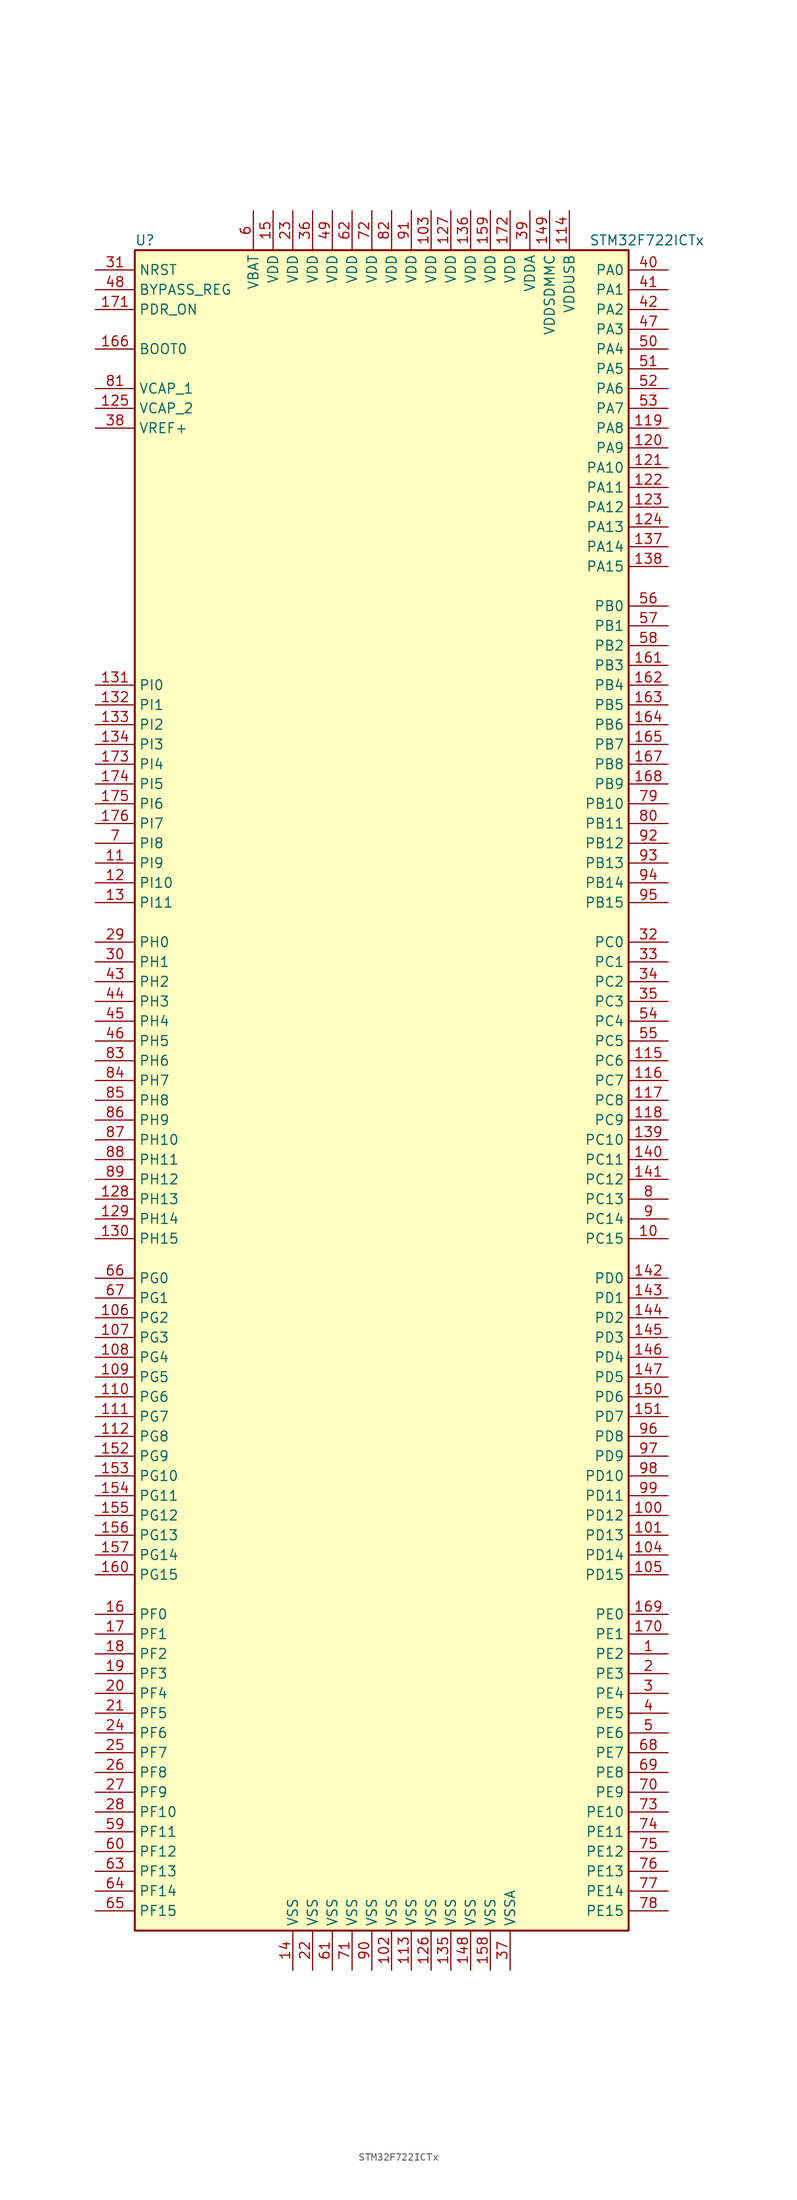
<source format=kicad_sym>
(kicad_symbol_lib
  (version 20201005)
  (generator kicad_symbol_editor)
  (symbol "STM32F722ICTx"
    (property "Reference" "U"
      (at -33.02 107.95 0)
      (effects (font (size 1.27 1.27)) (justify left)))
    (property "Value" "STM32F722ICTx"
      (at 25.4 107.95 0)
      (effects (font (size 1.27 1.27)) (justify left)))
    (symbol "STM32F722ICTx_0_1"
      (rectangle (start -33.02 -109.22) (end 30.48 106.68) (stroke (width 0.254)) (fill (type background))))
    (symbol "STM32F722ICTx_1_1"
      (pin bidirectional line (at 35.56 -73.66 180) (length 5.08) (name "PE2" (effects (font (size 1.27 1.27)))) (number "1" (effects (font (size 1.27 1.27)))))
      (pin bidirectional line (at 35.56 -20.32 180) (length 5.08) (name "PC15" (effects (font (size 1.27 1.27)))) (number "10" (effects (font (size 1.27 1.27)))))
      (pin bidirectional line (at 35.56 -55.88 180) (length 5.08) (name "PD12" (effects (font (size 1.27 1.27)))) (number "100" (effects (font (size 1.27 1.27)))))
      (pin bidirectional line (at 35.56 -58.42 180) (length 5.08) (name "PD13" (effects (font (size 1.27 1.27)))) (number "101" (effects (font (size 1.27 1.27)))))
      (pin power_in line (at 0 -114.3 90) (length 5.08) (name "VSS" (effects (font (size 1.27 1.27)))) (number "102" (effects (font (size 1.27 1.27)))))
      (pin power_in line (at 5.08 111.76 270) (length 5.08) (name "VDD" (effects (font (size 1.27 1.27)))) (number "103" (effects (font (size 1.27 1.27)))))
      (pin bidirectional line (at 35.56 -60.96 180) (length 5.08) (name "PD14" (effects (font (size 1.27 1.27)))) (number "104" (effects (font (size 1.27 1.27)))))
      (pin bidirectional line (at 35.56 -63.5 180) (length 5.08) (name "PD15" (effects (font (size 1.27 1.27)))) (number "105" (effects (font (size 1.27 1.27)))))
      (pin bidirectional line (at -38.1 -30.48 0) (length 5.08) (name "PG2" (effects (font (size 1.27 1.27)))) (number "106" (effects (font (size 1.27 1.27)))))
      (pin bidirectional line (at -38.1 -33.02 0) (length 5.08) (name "PG3" (effects (font (size 1.27 1.27)))) (number "107" (effects (font (size 1.27 1.27)))))
      (pin bidirectional line (at -38.1 -35.56 0) (length 5.08) (name "PG4" (effects (font (size 1.27 1.27)))) (number "108" (effects (font (size 1.27 1.27)))))
      (pin bidirectional line (at -38.1 -38.1 0) (length 5.08) (name "PG5" (effects (font (size 1.27 1.27)))) (number "109" (effects (font (size 1.27 1.27)))))
      (pin bidirectional line (at -38.1 27.94 0) (length 5.08) (name "PI9" (effects (font (size 1.27 1.27)))) (number "11" (effects (font (size 1.27 1.27)))))
      (pin bidirectional line (at -38.1 -40.64 0) (length 5.08) (name "PG6" (effects (font (size 1.27 1.27)))) (number "110" (effects (font (size 1.27 1.27)))))
      (pin bidirectional line (at -38.1 -43.18 0) (length 5.08) (name "PG7" (effects (font (size 1.27 1.27)))) (number "111" (effects (font (size 1.27 1.27)))))
      (pin bidirectional line (at -38.1 -45.72 0) (length 5.08) (name "PG8" (effects (font (size 1.27 1.27)))) (number "112" (effects (font (size 1.27 1.27)))))
      (pin power_in line (at 2.54 -114.3 90) (length 5.08) (name "VSS" (effects (font (size 1.27 1.27)))) (number "113" (effects (font (size 1.27 1.27)))))
      (pin power_in line (at 22.86 111.76 270) (length 5.08) (name "VDDUSB" (effects (font (size 1.27 1.27)))) (number "114" (effects (font (size 1.27 1.27)))))
      (pin bidirectional line (at 35.56 2.54 180) (length 5.08) (name "PC6" (effects (font (size 1.27 1.27)))) (number "115" (effects (font (size 1.27 1.27)))))
      (pin bidirectional line (at 35.56 0 180) (length 5.08) (name "PC7" (effects (font (size 1.27 1.27)))) (number "116" (effects (font (size 1.27 1.27)))))
      (pin bidirectional line (at 35.56 -2.54 180) (length 5.08) (name "PC8" (effects (font (size 1.27 1.27)))) (number "117" (effects (font (size 1.27 1.27)))))
      (pin bidirectional line (at 35.56 -5.08 180) (length 5.08) (name "PC9" (effects (font (size 1.27 1.27)))) (number "118" (effects (font (size 1.27 1.27)))))
      (pin bidirectional line (at 35.56 83.82 180) (length 5.08) (name "PA8" (effects (font (size 1.27 1.27)))) (number "119" (effects (font (size 1.27 1.27)))))
      (pin bidirectional line (at -38.1 25.4 0) (length 5.08) (name "PI10" (effects (font (size 1.27 1.27)))) (number "12" (effects (font (size 1.27 1.27)))))
      (pin bidirectional line (at 35.56 81.28 180) (length 5.08) (name "PA9" (effects (font (size 1.27 1.27)))) (number "120" (effects (font (size 1.27 1.27)))))
      (pin bidirectional line (at 35.56 78.74 180) (length 5.08) (name "PA10" (effects (font (size 1.27 1.27)))) (number "121" (effects (font (size 1.27 1.27)))))
      (pin bidirectional line (at 35.56 76.2 180) (length 5.08) (name "PA11" (effects (font (size 1.27 1.27)))) (number "122" (effects (font (size 1.27 1.27)))))
      (pin bidirectional line (at 35.56 73.66 180) (length 5.08) (name "PA12" (effects (font (size 1.27 1.27)))) (number "123" (effects (font (size 1.27 1.27)))))
      (pin bidirectional line (at 35.56 71.12 180) (length 5.08) (name "PA13" (effects (font (size 1.27 1.27)))) (number "124" (effects (font (size 1.27 1.27)))))
      (pin power_in line (at -38.1 86.36 0) (length 5.08) (name "VCAP_2" (effects (font (size 1.27 1.27)))) (number "125" (effects (font (size 1.27 1.27)))))
      (pin power_in line (at 5.08 -114.3 90) (length 5.08) (name "VSS" (effects (font (size 1.27 1.27)))) (number "126" (effects (font (size 1.27 1.27)))))
      (pin power_in line (at 7.62 111.76 270) (length 5.08) (name "VDD" (effects (font (size 1.27 1.27)))) (number "127" (effects (font (size 1.27 1.27)))))
      (pin bidirectional line (at -38.1 -15.24 0) (length 5.08) (name "PH13" (effects (font (size 1.27 1.27)))) (number "128" (effects (font (size 1.27 1.27)))))
      (pin bidirectional line (at -38.1 -17.78 0) (length 5.08) (name "PH14" (effects (font (size 1.27 1.27)))) (number "129" (effects (font (size 1.27 1.27)))))
      (pin bidirectional line (at -38.1 22.86 0) (length 5.08) (name "PI11" (effects (font (size 1.27 1.27)))) (number "13" (effects (font (size 1.27 1.27)))))
      (pin bidirectional line (at -38.1 -20.32 0) (length 5.08) (name "PH15" (effects (font (size 1.27 1.27)))) (number "130" (effects (font (size 1.27 1.27)))))
      (pin bidirectional line (at -38.1 50.8 0) (length 5.08) (name "PI0" (effects (font (size 1.27 1.27)))) (number "131" (effects (font (size 1.27 1.27)))))
      (pin bidirectional line (at -38.1 48.26 0) (length 5.08) (name "PI1" (effects (font (size 1.27 1.27)))) (number "132" (effects (font (size 1.27 1.27)))))
      (pin bidirectional line (at -38.1 45.72 0) (length 5.08) (name "PI2" (effects (font (size 1.27 1.27)))) (number "133" (effects (font (size 1.27 1.27)))))
      (pin bidirectional line (at -38.1 43.18 0) (length 5.08) (name "PI3" (effects (font (size 1.27 1.27)))) (number "134" (effects (font (size 1.27 1.27)))))
      (pin power_in line (at 7.62 -114.3 90) (length 5.08) (name "VSS" (effects (font (size 1.27 1.27)))) (number "135" (effects (font (size 1.27 1.27)))))
      (pin power_in line (at 10.16 111.76 270) (length 5.08) (name "VDD" (effects (font (size 1.27 1.27)))) (number "136" (effects (font (size 1.27 1.27)))))
      (pin bidirectional line (at 35.56 68.58 180) (length 5.08) (name "PA14" (effects (font (size 1.27 1.27)))) (number "137" (effects (font (size 1.27 1.27)))))
      (pin bidirectional line (at 35.56 66.04 180) (length 5.08) (name "PA15" (effects (font (size 1.27 1.27)))) (number "138" (effects (font (size 1.27 1.27)))))
      (pin bidirectional line (at 35.56 -7.62 180) (length 5.08) (name "PC10" (effects (font (size 1.27 1.27)))) (number "139" (effects (font (size 1.27 1.27)))))
      (pin power_in line (at -12.7 -114.3 90) (length 5.08) (name "VSS" (effects (font (size 1.27 1.27)))) (number "14" (effects (font (size 1.27 1.27)))))
      (pin bidirectional line (at 35.56 -10.16 180) (length 5.08) (name "PC11" (effects (font (size 1.27 1.27)))) (number "140" (effects (font (size 1.27 1.27)))))
      (pin bidirectional line (at 35.56 -12.7 180) (length 5.08) (name "PC12" (effects (font (size 1.27 1.27)))) (number "141" (effects (font (size 1.27 1.27)))))
      (pin bidirectional line (at 35.56 -25.4 180) (length 5.08) (name "PD0" (effects (font (size 1.27 1.27)))) (number "142" (effects (font (size 1.27 1.27)))))
      (pin bidirectional line (at 35.56 -27.94 180) (length 5.08) (name "PD1" (effects (font (size 1.27 1.27)))) (number "143" (effects (font (size 1.27 1.27)))))
      (pin bidirectional line (at 35.56 -30.48 180) (length 5.08) (name "PD2" (effects (font (size 1.27 1.27)))) (number "144" (effects (font (size 1.27 1.27)))))
      (pin bidirectional line (at 35.56 -33.02 180) (length 5.08) (name "PD3" (effects (font (size 1.27 1.27)))) (number "145" (effects (font (size 1.27 1.27)))))
      (pin bidirectional line (at 35.56 -35.56 180) (length 5.08) (name "PD4" (effects (font (size 1.27 1.27)))) (number "146" (effects (font (size 1.27 1.27)))))
      (pin bidirectional line (at 35.56 -38.1 180) (length 5.08) (name "PD5" (effects (font (size 1.27 1.27)))) (number "147" (effects (font (size 1.27 1.27)))))
      (pin power_in line (at 10.16 -114.3 90) (length 5.08) (name "VSS" (effects (font (size 1.27 1.27)))) (number "148" (effects (font (size 1.27 1.27)))))
      (pin power_in line (at 20.32 111.76 270) (length 5.08) (name "VDDSDMMC" (effects (font (size 1.27 1.27)))) (number "149" (effects (font (size 1.27 1.27)))))
      (pin power_in line (at -15.24 111.76 270) (length 5.08) (name "VDD" (effects (font (size 1.27 1.27)))) (number "15" (effects (font (size 1.27 1.27)))))
      (pin bidirectional line (at 35.56 -40.64 180) (length 5.08) (name "PD6" (effects (font (size 1.27 1.27)))) (number "150" (effects (font (size 1.27 1.27)))))
      (pin bidirectional line (at 35.56 -43.18 180) (length 5.08) (name "PD7" (effects (font (size 1.27 1.27)))) (number "151" (effects (font (size 1.27 1.27)))))
      (pin bidirectional line (at -38.1 -48.26 0) (length 5.08) (name "PG9" (effects (font (size 1.27 1.27)))) (number "152" (effects (font (size 1.27 1.27)))))
      (pin bidirectional line (at -38.1 -50.8 0) (length 5.08) (name "PG10" (effects (font (size 1.27 1.27)))) (number "153" (effects (font (size 1.27 1.27)))))
      (pin bidirectional line (at -38.1 -53.34 0) (length 5.08) (name "PG11" (effects (font (size 1.27 1.27)))) (number "154" (effects (font (size 1.27 1.27)))))
      (pin bidirectional line (at -38.1 -55.88 0) (length 5.08) (name "PG12" (effects (font (size 1.27 1.27)))) (number "155" (effects (font (size 1.27 1.27)))))
      (pin bidirectional line (at -38.1 -58.42 0) (length 5.08) (name "PG13" (effects (font (size 1.27 1.27)))) (number "156" (effects (font (size 1.27 1.27)))))
      (pin bidirectional line (at -38.1 -60.96 0) (length 5.08) (name "PG14" (effects (font (size 1.27 1.27)))) (number "157" (effects (font (size 1.27 1.27)))))
      (pin power_in line (at 12.7 -114.3 90) (length 5.08) (name "VSS" (effects (font (size 1.27 1.27)))) (number "158" (effects (font (size 1.27 1.27)))))
      (pin power_in line (at 12.7 111.76 270) (length 5.08) (name "VDD" (effects (font (size 1.27 1.27)))) (number "159" (effects (font (size 1.27 1.27)))))
      (pin bidirectional line (at -38.1 -68.58 0) (length 5.08) (name "PF0" (effects (font (size 1.27 1.27)))) (number "16" (effects (font (size 1.27 1.27)))))
      (pin bidirectional line (at -38.1 -63.5 0) (length 5.08) (name "PG15" (effects (font (size 1.27 1.27)))) (number "160" (effects (font (size 1.27 1.27)))))
      (pin bidirectional line (at 35.56 53.34 180) (length 5.08) (name "PB3" (effects (font (size 1.27 1.27)))) (number "161" (effects (font (size 1.27 1.27)))))
      (pin bidirectional line (at 35.56 50.8 180) (length 5.08) (name "PB4" (effects (font (size 1.27 1.27)))) (number "162" (effects (font (size 1.27 1.27)))))
      (pin bidirectional line (at 35.56 48.26 180) (length 5.08) (name "PB5" (effects (font (size 1.27 1.27)))) (number "163" (effects (font (size 1.27 1.27)))))
      (pin bidirectional line (at 35.56 45.72 180) (length 5.08) (name "PB6" (effects (font (size 1.27 1.27)))) (number "164" (effects (font (size 1.27 1.27)))))
      (pin bidirectional line (at 35.56 43.18 180) (length 5.08) (name "PB7" (effects (font (size 1.27 1.27)))) (number "165" (effects (font (size 1.27 1.27)))))
      (pin input line (at -38.1 93.98 0) (length 5.08) (name "BOOT0" (effects (font (size 1.27 1.27)))) (number "166" (effects (font (size 1.27 1.27)))))
      (pin bidirectional line (at 35.56 40.64 180) (length 5.08) (name "PB8" (effects (font (size 1.27 1.27)))) (number "167" (effects (font (size 1.27 1.27)))))
      (pin bidirectional line (at 35.56 38.1 180) (length 5.08) (name "PB9" (effects (font (size 1.27 1.27)))) (number "168" (effects (font (size 1.27 1.27)))))
      (pin bidirectional line (at 35.56 -68.58 180) (length 5.08) (name "PE0" (effects (font (size 1.27 1.27)))) (number "169" (effects (font (size 1.27 1.27)))))
      (pin bidirectional line (at -38.1 -71.12 0) (length 5.08) (name "PF1" (effects (font (size 1.27 1.27)))) (number "17" (effects (font (size 1.27 1.27)))))
      (pin bidirectional line (at 35.56 -71.12 180) (length 5.08) (name "PE1" (effects (font (size 1.27 1.27)))) (number "170" (effects (font (size 1.27 1.27)))))
      (pin input line (at -38.1 99.06 0) (length 5.08) (name "PDR_ON" (effects (font (size 1.27 1.27)))) (number "171" (effects (font (size 1.27 1.27)))))
      (pin power_in line (at 15.24 111.76 270) (length 5.08) (name "VDD" (effects (font (size 1.27 1.27)))) (number "172" (effects (font (size 1.27 1.27)))))
      (pin bidirectional line (at -38.1 40.64 0) (length 5.08) (name "PI4" (effects (font (size 1.27 1.27)))) (number "173" (effects (font (size 1.27 1.27)))))
      (pin bidirectional line (at -38.1 38.1 0) (length 5.08) (name "PI5" (effects (font (size 1.27 1.27)))) (number "174" (effects (font (size 1.27 1.27)))))
      (pin bidirectional line (at -38.1 35.56 0) (length 5.08) (name "PI6" (effects (font (size 1.27 1.27)))) (number "175" (effects (font (size 1.27 1.27)))))
      (pin bidirectional line (at -38.1 33.02 0) (length 5.08) (name "PI7" (effects (font (size 1.27 1.27)))) (number "176" (effects (font (size 1.27 1.27)))))
      (pin bidirectional line (at -38.1 -73.66 0) (length 5.08) (name "PF2" (effects (font (size 1.27 1.27)))) (number "18" (effects (font (size 1.27 1.27)))))
      (pin bidirectional line (at -38.1 -76.2 0) (length 5.08) (name "PF3" (effects (font (size 1.27 1.27)))) (number "19" (effects (font (size 1.27 1.27)))))
      (pin bidirectional line (at 35.56 -76.2 180) (length 5.08) (name "PE3" (effects (font (size 1.27 1.27)))) (number "2" (effects (font (size 1.27 1.27)))))
      (pin bidirectional line (at -38.1 -78.74 0) (length 5.08) (name "PF4" (effects (font (size 1.27 1.27)))) (number "20" (effects (font (size 1.27 1.27)))))
      (pin bidirectional line (at -38.1 -81.28 0) (length 5.08) (name "PF5" (effects (font (size 1.27 1.27)))) (number "21" (effects (font (size 1.27 1.27)))))
      (pin power_in line (at -10.16 -114.3 90) (length 5.08) (name "VSS" (effects (font (size 1.27 1.27)))) (number "22" (effects (font (size 1.27 1.27)))))
      (pin power_in line (at -12.7 111.76 270) (length 5.08) (name "VDD" (effects (font (size 1.27 1.27)))) (number "23" (effects (font (size 1.27 1.27)))))
      (pin bidirectional line (at -38.1 -83.82 0) (length 5.08) (name "PF6" (effects (font (size 1.27 1.27)))) (number "24" (effects (font (size 1.27 1.27)))))
      (pin bidirectional line (at -38.1 -86.36 0) (length 5.08) (name "PF7" (effects (font (size 1.27 1.27)))) (number "25" (effects (font (size 1.27 1.27)))))
      (pin bidirectional line (at -38.1 -88.9 0) (length 5.08) (name "PF8" (effects (font (size 1.27 1.27)))) (number "26" (effects (font (size 1.27 1.27)))))
      (pin bidirectional line (at -38.1 -91.44 0) (length 5.08) (name "PF9" (effects (font (size 1.27 1.27)))) (number "27" (effects (font (size 1.27 1.27)))))
      (pin bidirectional line (at -38.1 -93.98 0) (length 5.08) (name "PF10" (effects (font (size 1.27 1.27)))) (number "28" (effects (font (size 1.27 1.27)))))
      (pin input line (at -38.1 17.78 0) (length 5.08) (name "PH0" (effects (font (size 1.27 1.27)))) (number "29" (effects (font (size 1.27 1.27)))))
      (pin bidirectional line (at 35.56 -78.74 180) (length 5.08) (name "PE4" (effects (font (size 1.27 1.27)))) (number "3" (effects (font (size 1.27 1.27)))))
      (pin input line (at -38.1 15.24 0) (length 5.08) (name "PH1" (effects (font (size 1.27 1.27)))) (number "30" (effects (font (size 1.27 1.27)))))
      (pin input line (at -38.1 104.14 0) (length 5.08) (name "NRST" (effects (font (size 1.27 1.27)))) (number "31" (effects (font (size 1.27 1.27)))))
      (pin bidirectional line (at 35.56 17.78 180) (length 5.08) (name "PC0" (effects (font (size 1.27 1.27)))) (number "32" (effects (font (size 1.27 1.27)))))
      (pin bidirectional line (at 35.56 15.24 180) (length 5.08) (name "PC1" (effects (font (size 1.27 1.27)))) (number "33" (effects (font (size 1.27 1.27)))))
      (pin bidirectional line (at 35.56 12.7 180) (length 5.08) (name "PC2" (effects (font (size 1.27 1.27)))) (number "34" (effects (font (size 1.27 1.27)))))
      (pin bidirectional line (at 35.56 10.16 180) (length 5.08) (name "PC3" (effects (font (size 1.27 1.27)))) (number "35" (effects (font (size 1.27 1.27)))))
      (pin power_in line (at -10.16 111.76 270) (length 5.08) (name "VDD" (effects (font (size 1.27 1.27)))) (number "36" (effects (font (size 1.27 1.27)))))
      (pin power_in line (at 15.24 -114.3 90) (length 5.08) (name "VSSA" (effects (font (size 1.27 1.27)))) (number "37" (effects (font (size 1.27 1.27)))))
      (pin power_in line (at -38.1 83.82 0) (length 5.08) (name "VREF+" (effects (font (size 1.27 1.27)))) (number "38" (effects (font (size 1.27 1.27)))))
      (pin power_in line (at 17.78 111.76 270) (length 5.08) (name "VDDA" (effects (font (size 1.27 1.27)))) (number "39" (effects (font (size 1.27 1.27)))))
      (pin bidirectional line (at 35.56 -81.28 180) (length 5.08) (name "PE5" (effects (font (size 1.27 1.27)))) (number "4" (effects (font (size 1.27 1.27)))))
      (pin bidirectional line (at 35.56 104.14 180) (length 5.08) (name "PA0" (effects (font (size 1.27 1.27)))) (number "40" (effects (font (size 1.27 1.27)))))
      (pin bidirectional line (at 35.56 101.6 180) (length 5.08) (name "PA1" (effects (font (size 1.27 1.27)))) (number "41" (effects (font (size 1.27 1.27)))))
      (pin bidirectional line (at 35.56 99.06 180) (length 5.08) (name "PA2" (effects (font (size 1.27 1.27)))) (number "42" (effects (font (size 1.27 1.27)))))
      (pin bidirectional line (at -38.1 12.7 0) (length 5.08) (name "PH2" (effects (font (size 1.27 1.27)))) (number "43" (effects (font (size 1.27 1.27)))))
      (pin bidirectional line (at -38.1 10.16 0) (length 5.08) (name "PH3" (effects (font (size 1.27 1.27)))) (number "44" (effects (font (size 1.27 1.27)))))
      (pin bidirectional line (at -38.1 7.62 0) (length 5.08) (name "PH4" (effects (font (size 1.27 1.27)))) (number "45" (effects (font (size 1.27 1.27)))))
      (pin bidirectional line (at -38.1 5.08 0) (length 5.08) (name "PH5" (effects (font (size 1.27 1.27)))) (number "46" (effects (font (size 1.27 1.27)))))
      (pin bidirectional line (at 35.56 96.52 180) (length 5.08) (name "PA3" (effects (font (size 1.27 1.27)))) (number "47" (effects (font (size 1.27 1.27)))))
      (pin input line (at -38.1 101.6 0) (length 5.08) (name "BYPASS_REG" (effects (font (size 1.27 1.27)))) (number "48" (effects (font (size 1.27 1.27)))))
      (pin power_in line (at -7.62 111.76 270) (length 5.08) (name "VDD" (effects (font (size 1.27 1.27)))) (number "49" (effects (font (size 1.27 1.27)))))
      (pin bidirectional line (at 35.56 -83.82 180) (length 5.08) (name "PE6" (effects (font (size 1.27 1.27)))) (number "5" (effects (font (size 1.27 1.27)))))
      (pin bidirectional line (at 35.56 93.98 180) (length 5.08) (name "PA4" (effects (font (size 1.27 1.27)))) (number "50" (effects (font (size 1.27 1.27)))))
      (pin bidirectional line (at 35.56 91.44 180) (length 5.08) (name "PA5" (effects (font (size 1.27 1.27)))) (number "51" (effects (font (size 1.27 1.27)))))
      (pin bidirectional line (at 35.56 88.9 180) (length 5.08) (name "PA6" (effects (font (size 1.27 1.27)))) (number "52" (effects (font (size 1.27 1.27)))))
      (pin bidirectional line (at 35.56 86.36 180) (length 5.08) (name "PA7" (effects (font (size 1.27 1.27)))) (number "53" (effects (font (size 1.27 1.27)))))
      (pin bidirectional line (at 35.56 7.62 180) (length 5.08) (name "PC4" (effects (font (size 1.27 1.27)))) (number "54" (effects (font (size 1.27 1.27)))))
      (pin bidirectional line (at 35.56 5.08 180) (length 5.08) (name "PC5" (effects (font (size 1.27 1.27)))) (number "55" (effects (font (size 1.27 1.27)))))
      (pin bidirectional line (at 35.56 60.96 180) (length 5.08) (name "PB0" (effects (font (size 1.27 1.27)))) (number "56" (effects (font (size 1.27 1.27)))))
      (pin bidirectional line (at 35.56 58.42 180) (length 5.08) (name "PB1" (effects (font (size 1.27 1.27)))) (number "57" (effects (font (size 1.27 1.27)))))
      (pin bidirectional line (at 35.56 55.88 180) (length 5.08) (name "PB2" (effects (font (size 1.27 1.27)))) (number "58" (effects (font (size 1.27 1.27)))))
      (pin bidirectional line (at -38.1 -96.52 0) (length 5.08) (name "PF11" (effects (font (size 1.27 1.27)))) (number "59" (effects (font (size 1.27 1.27)))))
      (pin power_in line (at -17.78 111.76 270) (length 5.08) (name "VBAT" (effects (font (size 1.27 1.27)))) (number "6" (effects (font (size 1.27 1.27)))))
      (pin bidirectional line (at -38.1 -99.06 0) (length 5.08) (name "PF12" (effects (font (size 1.27 1.27)))) (number "60" (effects (font (size 1.27 1.27)))))
      (pin power_in line (at -7.62 -114.3 90) (length 5.08) (name "VSS" (effects (font (size 1.27 1.27)))) (number "61" (effects (font (size 1.27 1.27)))))
      (pin power_in line (at -5.08 111.76 270) (length 5.08) (name "VDD" (effects (font (size 1.27 1.27)))) (number "62" (effects (font (size 1.27 1.27)))))
      (pin bidirectional line (at -38.1 -101.6 0) (length 5.08) (name "PF13" (effects (font (size 1.27 1.27)))) (number "63" (effects (font (size 1.27 1.27)))))
      (pin bidirectional line (at -38.1 -104.14 0) (length 5.08) (name "PF14" (effects (font (size 1.27 1.27)))) (number "64" (effects (font (size 1.27 1.27)))))
      (pin bidirectional line (at -38.1 -106.68 0) (length 5.08) (name "PF15" (effects (font (size 1.27 1.27)))) (number "65" (effects (font (size 1.27 1.27)))))
      (pin bidirectional line (at -38.1 -25.4 0) (length 5.08) (name "PG0" (effects (font (size 1.27 1.27)))) (number "66" (effects (font (size 1.27 1.27)))))
      (pin bidirectional line (at -38.1 -27.94 0) (length 5.08) (name "PG1" (effects (font (size 1.27 1.27)))) (number "67" (effects (font (size 1.27 1.27)))))
      (pin bidirectional line (at 35.56 -86.36 180) (length 5.08) (name "PE7" (effects (font (size 1.27 1.27)))) (number "68" (effects (font (size 1.27 1.27)))))
      (pin bidirectional line (at 35.56 -88.9 180) (length 5.08) (name "PE8" (effects (font (size 1.27 1.27)))) (number "69" (effects (font (size 1.27 1.27)))))
      (pin bidirectional line (at -38.1 30.48 0) (length 5.08) (name "PI8" (effects (font (size 1.27 1.27)))) (number "7" (effects (font (size 1.27 1.27)))))
      (pin bidirectional line (at 35.56 -91.44 180) (length 5.08) (name "PE9" (effects (font (size 1.27 1.27)))) (number "70" (effects (font (size 1.27 1.27)))))
      (pin power_in line (at -5.08 -114.3 90) (length 5.08) (name "VSS" (effects (font (size 1.27 1.27)))) (number "71" (effects (font (size 1.27 1.27)))))
      (pin power_in line (at -2.54 111.76 270) (length 5.08) (name "VDD" (effects (font (size 1.27 1.27)))) (number "72" (effects (font (size 1.27 1.27)))))
      (pin bidirectional line (at 35.56 -93.98 180) (length 5.08) (name "PE10" (effects (font (size 1.27 1.27)))) (number "73" (effects (font (size 1.27 1.27)))))
      (pin bidirectional line (at 35.56 -96.52 180) (length 5.08) (name "PE11" (effects (font (size 1.27 1.27)))) (number "74" (effects (font (size 1.27 1.27)))))
      (pin bidirectional line (at 35.56 -99.06 180) (length 5.08) (name "PE12" (effects (font (size 1.27 1.27)))) (number "75" (effects (font (size 1.27 1.27)))))
      (pin bidirectional line (at 35.56 -101.6 180) (length 5.08) (name "PE13" (effects (font (size 1.27 1.27)))) (number "76" (effects (font (size 1.27 1.27)))))
      (pin bidirectional line (at 35.56 -104.14 180) (length 5.08) (name "PE14" (effects (font (size 1.27 1.27)))) (number "77" (effects (font (size 1.27 1.27)))))
      (pin bidirectional line (at 35.56 -106.68 180) (length 5.08) (name "PE15" (effects (font (size 1.27 1.27)))) (number "78" (effects (font (size 1.27 1.27)))))
      (pin bidirectional line (at 35.56 35.56 180) (length 5.08) (name "PB10" (effects (font (size 1.27 1.27)))) (number "79" (effects (font (size 1.27 1.27)))))
      (pin bidirectional line (at 35.56 -15.24 180) (length 5.08) (name "PC13" (effects (font (size 1.27 1.27)))) (number "8" (effects (font (size 1.27 1.27)))))
      (pin bidirectional line (at 35.56 33.02 180) (length 5.08) (name "PB11" (effects (font (size 1.27 1.27)))) (number "80" (effects (font (size 1.27 1.27)))))
      (pin power_in line (at -38.1 88.9 0) (length 5.08) (name "VCAP_1" (effects (font (size 1.27 1.27)))) (number "81" (effects (font (size 1.27 1.27)))))
      (pin power_in line (at 0 111.76 270) (length 5.08) (name "VDD" (effects (font (size 1.27 1.27)))) (number "82" (effects (font (size 1.27 1.27)))))
      (pin bidirectional line (at -38.1 2.54 0) (length 5.08) (name "PH6" (effects (font (size 1.27 1.27)))) (number "83" (effects (font (size 1.27 1.27)))))
      (pin bidirectional line (at -38.1 0 0) (length 5.08) (name "PH7" (effects (font (size 1.27 1.27)))) (number "84" (effects (font (size 1.27 1.27)))))
      (pin bidirectional line (at -38.1 -2.54 0) (length 5.08) (name "PH8" (effects (font (size 1.27 1.27)))) (number "85" (effects (font (size 1.27 1.27)))))
      (pin bidirectional line (at -38.1 -5.08 0) (length 5.08) (name "PH9" (effects (font (size 1.27 1.27)))) (number "86" (effects (font (size 1.27 1.27)))))
      (pin bidirectional line (at -38.1 -7.62 0) (length 5.08) (name "PH10" (effects (font (size 1.27 1.27)))) (number "87" (effects (font (size 1.27 1.27)))))
      (pin bidirectional line (at -38.1 -10.16 0) (length 5.08) (name "PH11" (effects (font (size 1.27 1.27)))) (number "88" (effects (font (size 1.27 1.27)))))
      (pin bidirectional line (at -38.1 -12.7 0) (length 5.08) (name "PH12" (effects (font (size 1.27 1.27)))) (number "89" (effects (font (size 1.27 1.27)))))
      (pin bidirectional line (at 35.56 -17.78 180) (length 5.08) (name "PC14" (effects (font (size 1.27 1.27)))) (number "9" (effects (font (size 1.27 1.27)))))
      (pin power_in line (at -2.54 -114.3 90) (length 5.08) (name "VSS" (effects (font (size 1.27 1.27)))) (number "90" (effects (font (size 1.27 1.27)))))
      (pin power_in line (at 2.54 111.76 270) (length 5.08) (name "VDD" (effects (font (size 1.27 1.27)))) (number "91" (effects (font (size 1.27 1.27)))))
      (pin bidirectional line (at 35.56 30.48 180) (length 5.08) (name "PB12" (effects (font (size 1.27 1.27)))) (number "92" (effects (font (size 1.27 1.27)))))
      (pin bidirectional line (at 35.56 27.94 180) (length 5.08) (name "PB13" (effects (font (size 1.27 1.27)))) (number "93" (effects (font (size 1.27 1.27)))))
      (pin bidirectional line (at 35.56 25.4 180) (length 5.08) (name "PB14" (effects (font (size 1.27 1.27)))) (number "94" (effects (font (size 1.27 1.27)))))
      (pin bidirectional line (at 35.56 22.86 180) (length 5.08) (name "PB15" (effects (font (size 1.27 1.27)))) (number "95" (effects (font (size 1.27 1.27)))))
      (pin bidirectional line (at 35.56 -45.72 180) (length 5.08) (name "PD8" (effects (font (size 1.27 1.27)))) (number "96" (effects (font (size 1.27 1.27)))))
      (pin bidirectional line (at 35.56 -48.26 180) (length 5.08) (name "PD9" (effects (font (size 1.27 1.27)))) (number "97" (effects (font (size 1.27 1.27)))))
      (pin bidirectional line (at 35.56 -50.8 180) (length 5.08) (name "PD10" (effects (font (size 1.27 1.27)))) (number "98" (effects (font (size 1.27 1.27)))))
      (pin bidirectional line (at 35.56 -53.34 180) (length 5.08) (name "PD11" (effects (font (size 1.27 1.27)))) (number "99" (effects (font (size 1.27 1.27))))))))
</source>
